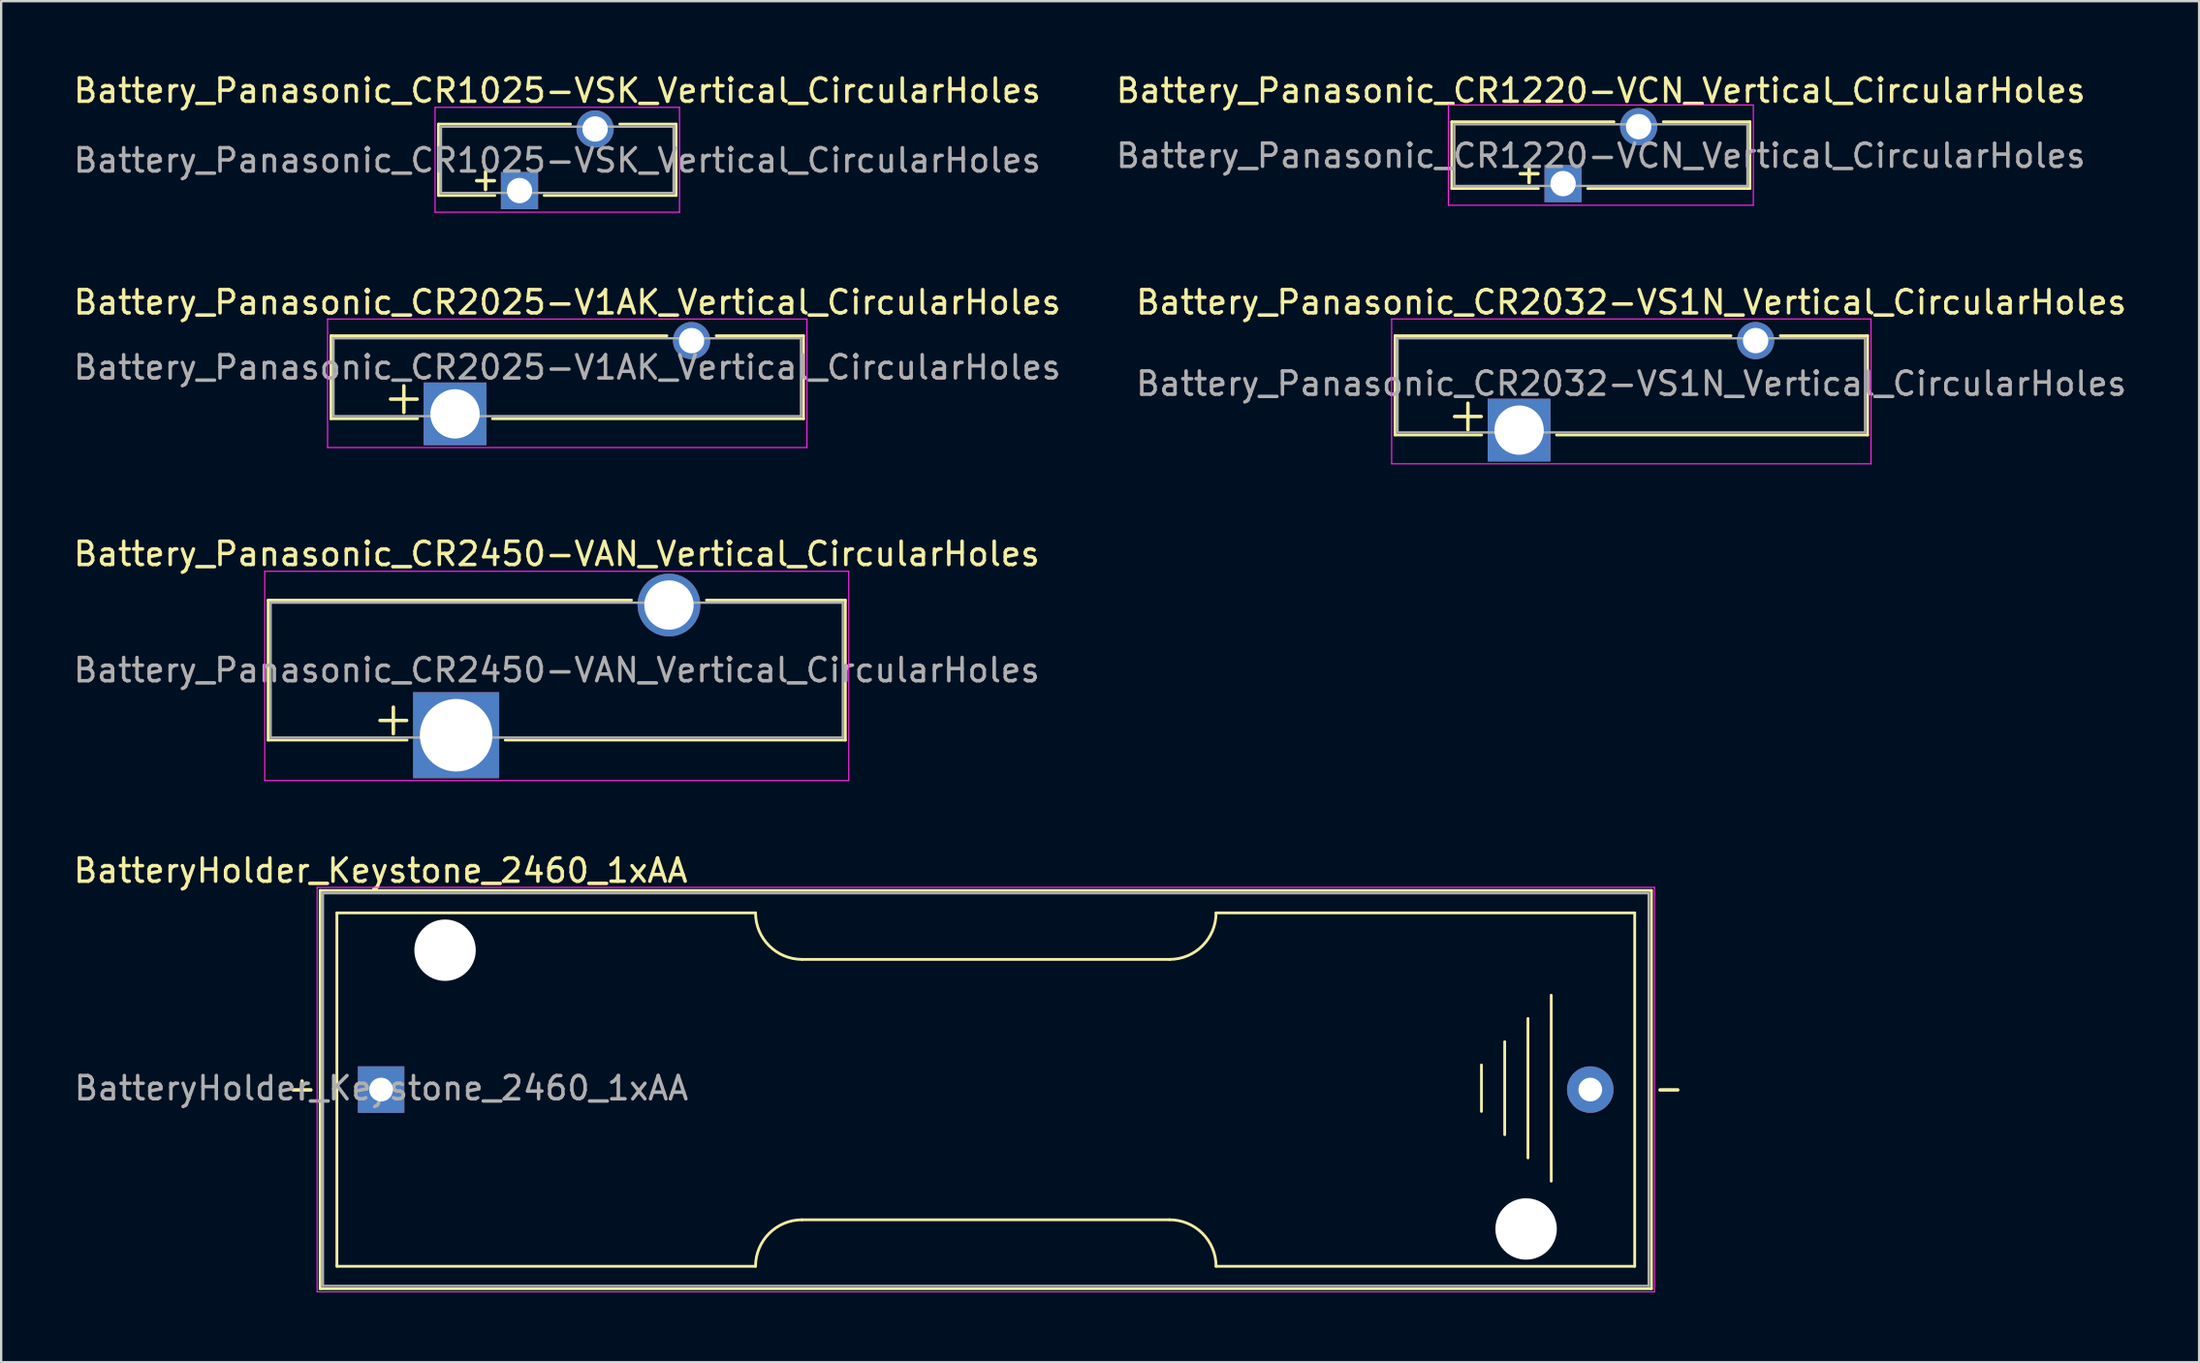
<source format=kicad_pcb>
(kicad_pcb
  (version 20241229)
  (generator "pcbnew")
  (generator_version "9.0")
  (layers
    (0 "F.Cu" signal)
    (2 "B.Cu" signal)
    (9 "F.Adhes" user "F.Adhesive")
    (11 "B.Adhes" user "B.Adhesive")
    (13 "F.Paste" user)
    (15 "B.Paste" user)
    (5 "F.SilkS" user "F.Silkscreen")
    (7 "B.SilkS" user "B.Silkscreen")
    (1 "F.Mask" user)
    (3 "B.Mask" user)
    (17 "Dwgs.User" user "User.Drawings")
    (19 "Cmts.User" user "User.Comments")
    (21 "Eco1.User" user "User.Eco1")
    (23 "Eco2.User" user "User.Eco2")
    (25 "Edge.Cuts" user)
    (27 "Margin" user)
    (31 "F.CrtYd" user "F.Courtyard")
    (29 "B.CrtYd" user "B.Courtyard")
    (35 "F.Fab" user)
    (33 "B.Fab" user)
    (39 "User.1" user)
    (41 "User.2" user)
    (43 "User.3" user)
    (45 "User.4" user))
  (footprint "Battery_Panasonic_CR2025-V1AK_Vertical_CircularHoles"
    (layer "F.Cu")
    (at 16.514 14.752)
    (property "Reference" "Battery_Panasonic_CR2025-V1AK_Vertical_CircularHoles" (at 4.825 -4.8 0) (layer "F.SilkS") (effects (font (size 1 1) (thickness 0.15))))
    (attr through_hole)
    (fp_line (start -5.335 -3.36) (end -5.335 0.21) (stroke (width 0.12) (type solid)) (layer "F.SilkS"))
    (fp_line (start -5.335 -3.36) (end 9.11 -3.36) (stroke (width 0.12) (type solid)) (layer "F.SilkS"))
    (fp_line (start -5.335 0.21) (end -1.61 0.21) (stroke (width 0.12) (type solid)) (layer "F.SilkS"))
    (fp_line (start 1.61 0.21) (end 14.985 0.21) (stroke (width 0.12) (type solid)) (layer "F.SilkS"))
    (fp_line (start 11.23 -3.36) (end 14.985 -3.36) (stroke (width 0.12) (type solid)) (layer "F.SilkS"))
    (fp_line (start 14.985 -3.36) (end 14.985 0.21) (stroke (width 0.12) (type solid)) (layer "F.SilkS"))
    (fp_line (start -5.48 -4.08) (end -5.48 1.45) (stroke (width 0.05) (type solid)) (layer "F.CrtYd"))
    (fp_line (start -5.48 -4.08) (end 15.13 -4.08) (stroke (width 0.05) (type solid)) (layer "F.CrtYd"))
    (fp_line (start -5.48 1.45) (end 15.13 1.45) (stroke (width 0.05) (type solid)) (layer "F.CrtYd"))
    (fp_line (start 15.13 -4.08) (end 15.13 1.45) (stroke (width 0.05) (type solid)) (layer "F.CrtYd"))
    (fp_line (start -5.225 -3.25) (end -5.225 0.1) (stroke (width 0.1) (type solid)) (layer "F.Fab"))
    (fp_line (start -5.225 -3.25) (end 14.875 -3.25) (stroke (width 0.1) (type solid)) (layer "F.Fab"))
    (fp_line (start -5.225 0.1) (end 14.875 0.1) (stroke (width 0.1) (type solid)) (layer "F.Fab"))
    (fp_line (start 14.875 -3.25) (end 14.875 0.1) (stroke (width 0.1) (type solid)) (layer "F.Fab"))
    (fp_text user "+" (at -2.2 -0.75 0) (layer "F.SilkS") (effects (font (size 1.5 1.5) (thickness 0.15))))
    (fp_text user "${REFERENCE}" (at 4.825 -2 180) (layer "F.Fab") (effects (font (size 1 1) (thickness 0.15))))
    (pad "1" thru_hole rect (at 0 0 90) (size 2.7 2.7) (drill 2.12) (layers "*.Cu" "*.Mask"))
    (pad "2" thru_hole circle (at 10.17 -3.15) (size 1.6 1.6) (drill 1.09) (layers "*.Cu" "*.Mask")))
  (footprint "BatteryHolder_Keystone_2460_1xAA"
    (layer "F.Cu")
    (at 13.335 43.818)
    (property "Reference" "BatteryHolder_Keystone_2460_1xAA" (at -0.02 -9.42 180) (layer "F.SilkS") (effects (font (size 1 1) (thickness 0.15))))
    (attr through_hole)
    (fp_line (start -2.62 -8.565) (end 54.62 -8.565) (stroke (width 0.12) (type solid)) (layer "F.SilkS"))
    (fp_line (start -2.62 8.565) (end -2.62 -8.565) (stroke (width 0.12) (type solid)) (layer "F.SilkS"))
    (fp_line (start -1.9 -7.6) (end -1.9 7.6) (stroke (width 0.12) (type solid)) (layer "F.SilkS"))
    (fp_line (start -1.9 -7.6) (end 16.1 -7.6) (stroke (width 0.12) (type solid)) (layer "F.SilkS"))
    (fp_line (start -1.9 7.6) (end 16.1 7.6) (stroke (width 0.12) (type solid)) (layer "F.SilkS"))
    (fp_line (start 18.1 -5.6) (end 33.9 -5.6) (stroke (width 0.12) (type solid)) (layer "F.SilkS"))
    (fp_line (start 33.9 5.6) (end 18.1 5.6) (stroke (width 0.12) (type solid)) (layer "F.SilkS"))
    (fp_line (start 35.9 -7.6) (end 53.9 -7.6) (stroke (width 0.12) (type solid)) (layer "F.SilkS"))
    (fp_line (start 35.9 7.6) (end 53.9 7.6) (stroke (width 0.12) (type solid)) (layer "F.SilkS"))
    (fp_line (start 47.31 -1.06) (end 47.31 0.94) (stroke (width 0.12) (type solid)) (layer "F.SilkS"))
    (fp_line (start 48.31 -2.06) (end 48.31 1.94) (stroke (width 0.12) (type solid)) (layer "F.SilkS"))
    (fp_line (start 49.31 2.94) (end 49.31 -3.06) (stroke (width 0.12) (type solid)) (layer "F.SilkS"))
    (fp_line (start 50.31 -4.06) (end 50.31 3.94) (stroke (width 0.12) (type solid)) (layer "F.SilkS"))
    (fp_line (start 53.9 -7.6) (end 53.9 7.6) (stroke (width 0.12) (type solid)) (layer "F.SilkS"))
    (fp_line (start 54.62 -8.565) (end 54.62 8.565) (stroke (width 0.12) (type solid)) (layer "F.SilkS"))
    (fp_line (start 54.62 8.565) (end -2.62 8.565) (stroke (width 0.12) (type solid)) (layer "F.SilkS"))
    (fp_arc (start 16.1 7.6) (mid 16.685786 6.185786) (end 18.1 5.6) (stroke (width 0.12) (type solid)) (layer "F.SilkS"))
    (fp_arc (start 18.1 -5.6) (mid 16.685786 -6.185786) (end 16.1 -7.6) (stroke (width 0.12) (type solid)) (layer "F.SilkS"))
    (fp_arc (start 33.9 5.6) (mid 35.314214 6.185786) (end 35.9 7.6) (stroke (width 0.12) (type solid)) (layer "F.SilkS"))
    (fp_arc (start 35.9 -7.6) (mid 35.314214 -6.185786) (end 33.9 -5.6) (stroke (width 0.12) (type solid)) (layer "F.SilkS"))
    (fp_line (start -2.75 -8.7) (end 54.75 -8.7) (stroke (width 0.05) (type solid)) (layer "F.CrtYd"))
    (fp_line (start -2.75 8.7) (end -2.75 -8.7) (stroke (width 0.05) (type solid)) (layer "F.CrtYd"))
    (fp_line (start 54.75 -8.7) (end 54.75 8.7) (stroke (width 0.05) (type solid)) (layer "F.CrtYd"))
    (fp_line (start 54.75 8.7) (end -2.75 8.7) (stroke (width 0.05) (type solid)) (layer "F.CrtYd"))
    (fp_line (start -2.5 -8.445) (end -2.5 8.445) (stroke (width 0.1) (type solid)) (layer "F.Fab"))
    (fp_line (start -2.5 8.445) (end 54.5 8.445) (stroke (width 0.1) (type solid)) (layer "F.Fab"))
    (fp_line (start 54.5 -8.445) (end -2.5 -8.445) (stroke (width 0.1) (type solid)) (layer "F.Fab"))
    (fp_line (start 54.5 8.445) (end 54.5 -8.445) (stroke (width 0.1) (type solid)) (layer "F.Fab"))
    (fp_text user "+" (at -3.4 -0.06 0) (layer "F.SilkS") (effects (font (size 1 1) (thickness 0.15))))
    (fp_text user "-" (at 55.37 -0.06 0) (layer "F.SilkS") (effects (font (size 1 1) (thickness 0.15))))
    (fp_text user "${REFERENCE}" (at 0.01 -0.06 0) (layer "F.Fab") (effects (font (size 1 1) (thickness 0.15))))
    (pad "" np_thru_hole circle (at 2.75 -5.995 90) (size 2.64 2.64) (drill 2.64) (layers "*.Cu" "*.Mask"))
    (pad "" np_thru_hole circle (at 49.23 5.995) (size 2.64 2.64) (drill 2.64) (layers "*.Cu" "*.Mask"))
    (pad "1" thru_hole rect (at 0 0 180) (size 2 2) (drill 1.02) (layers "*.Cu" "*.Mask"))
    (pad "2" thru_hole circle (at 51.99 0 180) (size 2 2) (drill 1.02) (layers "*.Cu" "*.Mask")))
  (footprint "Battery_Panasonic_CR2032-VS1N_Vertical_CircularHoles"
    (layer "F.Cu")
    (at 62.264 15.451)
    (property "Reference" "Battery_Panasonic_CR2032-VS1N_Vertical_CircularHoles" (at 4.825 -5.5 0) (layer "F.SilkS") (effects (font (size 1 1) (thickness 0.15))))
    (attr through_hole)
    (fp_line (start -5.335 -4.06) (end -5.335 0.21) (stroke (width 0.12) (type solid)) (layer "F.SilkS"))
    (fp_line (start -5.335 -4.06) (end 9.11 -4.06) (stroke (width 0.12) (type solid)) (layer "F.SilkS"))
    (fp_line (start -5.335 0.21) (end -1.61 0.21) (stroke (width 0.12) (type solid)) (layer "F.SilkS"))
    (fp_line (start 1.61 0.21) (end 14.985 0.21) (stroke (width 0.12) (type solid)) (layer "F.SilkS"))
    (fp_line (start 11.23 -4.06) (end 14.985 -4.06) (stroke (width 0.12) (type solid)) (layer "F.SilkS"))
    (fp_line (start 14.985 -4.06) (end 14.985 0.21) (stroke (width 0.12) (type solid)) (layer "F.SilkS"))
    (fp_line (start -5.48 -4.78) (end -5.48 1.45) (stroke (width 0.05) (type solid)) (layer "F.CrtYd"))
    (fp_line (start -5.48 -4.78) (end 15.13 -4.78) (stroke (width 0.05) (type solid)) (layer "F.CrtYd"))
    (fp_line (start -5.48 1.45) (end 15.13 1.45) (stroke (width 0.05) (type solid)) (layer "F.CrtYd"))
    (fp_line (start 15.13 -4.78) (end 15.13 1.45) (stroke (width 0.05) (type solid)) (layer "F.CrtYd"))
    (fp_line (start -5.225 -3.95) (end -5.225 0.1) (stroke (width 0.1) (type solid)) (layer "F.Fab"))
    (fp_line (start -5.225 -3.95) (end 14.875 -3.95) (stroke (width 0.1) (type solid)) (layer "F.Fab"))
    (fp_line (start -5.225 0.1) (end 14.875 0.1) (stroke (width 0.1) (type solid)) (layer "F.Fab"))
    (fp_line (start 14.875 -3.95) (end 14.875 0.1) (stroke (width 0.1) (type solid)) (layer "F.Fab"))
    (fp_text user "+" (at -2.2 -0.7 0) (layer "F.SilkS") (effects (font (size 1.5 1.5) (thickness 0.15))))
    (fp_text user "${REFERENCE}" (at 4.825 -2 180) (layer "F.Fab") (effects (font (size 1 1) (thickness 0.15))))
    (pad "1" thru_hole rect (at 0 0 90) (size 2.7 2.7) (drill 2.12) (layers "*.Cu" "*.Mask"))
    (pad "2" thru_hole circle (at 10.17 -3.85) (size 1.6 1.6) (drill 1.09) (layers "*.Cu" "*.Mask")))
  (footprint "Battery_Panasonic_CR2450-VAN_Vertical_CircularHoles"
    (layer "F.Cu")
    (at 16.562 28.575)
    (property "Reference" "Battery_Panasonic_CR2450-VAN_Vertical_CircularHoles" (at 4.325 -7.8 0) (layer "F.SilkS") (effects (font (size 1 1) (thickness 0.15))))
    (attr through_hole)
    (fp_line (start -8.085 -5.81) (end -8.085 0.21) (stroke (width 0.12) (type solid)) (layer "F.SilkS"))
    (fp_line (start -8.085 -5.81) (end 7.54 -5.81) (stroke (width 0.12) (type solid)) (layer "F.SilkS"))
    (fp_line (start -8.085 0.21) (end -2.11 0.21) (stroke (width 0.12) (type solid)) (layer "F.SilkS"))
    (fp_line (start 2.11 0.21) (end 16.735 0.21) (stroke (width 0.12) (type solid)) (layer "F.SilkS"))
    (fp_line (start 10.76 -5.81) (end 16.735 -5.81) (stroke (width 0.12) (type solid)) (layer "F.SilkS"))
    (fp_line (start 16.735 -5.81) (end 16.735 0.21) (stroke (width 0.12) (type solid)) (layer "F.SilkS"))
    (fp_line (start -8.23 -7.05) (end -8.23 1.95) (stroke (width 0.05) (type solid)) (layer "F.CrtYd"))
    (fp_line (start -8.23 -7.05) (end 16.88 -7.05) (stroke (width 0.05) (type solid)) (layer "F.CrtYd"))
    (fp_line (start -8.23 1.95) (end 16.88 1.95) (stroke (width 0.05) (type solid)) (layer "F.CrtYd"))
    (fp_line (start 16.88 -7.05) (end 16.88 1.95) (stroke (width 0.05) (type solid)) (layer "F.CrtYd"))
    (fp_line (start -7.975 -5.7) (end -7.975 0.1) (stroke (width 0.1) (type solid)) (layer "F.Fab"))
    (fp_line (start -7.975 -5.7) (end 16.625 -5.7) (stroke (width 0.1) (type solid)) (layer "F.Fab"))
    (fp_line (start -7.975 0.1) (end 16.625 0.1) (stroke (width 0.1) (type solid)) (layer "F.Fab"))
    (fp_line (start 16.625 -5.7) (end 16.625 0.1) (stroke (width 0.1) (type solid)) (layer "F.Fab"))
    (fp_text user "+" (at -2.7 -0.75 0) (layer "F.SilkS") (effects (font (size 1.5 1.5) (thickness 0.15))))
    (fp_text user "${REFERENCE}" (at 4.325 -2.8 180) (layer "F.Fab") (effects (font (size 1 1) (thickness 0.15))))
    (pad "1" thru_hole rect (at 0 0) (size 3.7 3.7) (drill 3.12) (layers "*.Cu" "*.Mask"))
    (pad "2" thru_hole circle (at 9.15 -5.6) (size 2.7 2.7) (drill 2.12) (layers "*.Cu" "*.Mask")))
  (footprint "Battery_Panasonic_CR1220-VCN_Vertical_CircularHoles"
    (layer "F.Cu")
    (at 64.155 4.848)
    (property "Reference" "Battery_Panasonic_CR1220-VCN_Vertical_CircularHoles" (at 1.625 -4 0) (layer "F.SilkS") (effects (font (size 1 1) (thickness 0.15))))
    (attr through_hole)
    (fp_line (start -4.785 -2.66) (end 2.19 -2.66) (stroke (width 0.12) (type solid)) (layer "F.SilkS"))
    (fp_line (start -4.785 0.21) (end -4.785 -2.66) (stroke (width 0.12) (type solid)) (layer "F.SilkS"))
    (fp_line (start -4.78 0.21) (end -1.06 0.21) (stroke (width 0.12) (type solid)) (layer "F.SilkS"))
    (fp_line (start 1.06 0.21) (end 8.035 0.21) (stroke (width 0.12) (type solid)) (layer "F.SilkS"))
    (fp_line (start 4.31 -2.66) (end 8.035 -2.66) (stroke (width 0.12) (type solid)) (layer "F.SilkS"))
    (fp_line (start 8.035 0.21) (end 8.035 -2.66) (stroke (width 0.12) (type solid)) (layer "F.SilkS"))
    (fp_line (start -4.93 -3.38) (end 8.18 -3.38) (stroke (width 0.05) (type solid)) (layer "F.CrtYd"))
    (fp_line (start -4.93 0.93) (end -4.93 -3.38) (stroke (width 0.05) (type solid)) (layer "F.CrtYd"))
    (fp_line (start -4.93 0.93) (end 8.18 0.93) (stroke (width 0.05) (type solid)) (layer "F.CrtYd"))
    (fp_line (start 8.18 0.93) (end 8.18 -3.38) (stroke (width 0.05) (type solid)) (layer "F.CrtYd"))
    (fp_line (start -4.675 -2.55) (end 7.925 -2.55) (stroke (width 0.1) (type solid)) (layer "F.Fab"))
    (fp_line (start -4.675 0.1) (end -4.675 -2.55) (stroke (width 0.1) (type solid)) (layer "F.Fab"))
    (fp_line (start -4.675 0.1) (end 7.925 0.1) (stroke (width 0.1) (type solid)) (layer "F.Fab"))
    (fp_line (start 7.925 0.1) (end 7.925 -2.55) (stroke (width 0.1) (type solid)) (layer "F.Fab"))
    (fp_text user "+" (at -1.46 -0.5 0) (layer "F.SilkS") (effects (font (size 1 1) (thickness 0.15))))
    (fp_text user "${REFERENCE}" (at 1.625 -1.2 180) (layer "F.Fab") (effects (font (size 1 1) (thickness 0.15))))
    (pad "1" thru_hole rect (at 0 0 90) (size 1.6 1.6) (drill 1.09) (layers "*.Cu" "*.Mask"))
    (pad "2" thru_hole circle (at 3.25 -2.45) (size 1.6 1.6) (drill 1.09) (layers "*.Cu" "*.Mask")))
  (footprint "Battery_Panasonic_CR1025-VSK_Vertical_CircularHoles"
    (layer "F.Cu")
    (at 19.286 5.148)
    (property "Reference" "Battery_Panasonic_CR1025-VSK_Vertical_CircularHoles" (at 1.625 -4.3 0) (layer "F.SilkS") (effects (font (size 1 1) (thickness 0.15))))
    (attr through_hole)
    (fp_line (start -3.485 -2.86) (end 2.19 -2.86) (stroke (width 0.12) (type solid)) (layer "F.SilkS"))
    (fp_line (start -3.485 0.21) (end -3.485 -2.86) (stroke (width 0.12) (type solid)) (layer "F.SilkS"))
    (fp_line (start -3.485 0.21) (end -1.06 0.21) (stroke (width 0.12) (type solid)) (layer "F.SilkS"))
    (fp_line (start 1.06 0.21) (end 6.735 0.21) (stroke (width 0.12) (type solid)) (layer "F.SilkS"))
    (fp_line (start 4.31 -2.86) (end 6.735 -2.86) (stroke (width 0.12) (type solid)) (layer "F.SilkS"))
    (fp_line (start 6.735 0.21) (end 6.735 -2.86) (stroke (width 0.12) (type solid)) (layer "F.SilkS"))
    (fp_line (start -3.63 -3.58) (end -3.63 0.93) (stroke (width 0.05) (type solid)) (layer "F.CrtYd"))
    (fp_line (start -3.63 -3.58) (end 6.88 -3.58) (stroke (width 0.05) (type solid)) (layer "F.CrtYd"))
    (fp_line (start -3.63 0.93) (end 6.88 0.93) (stroke (width 0.05) (type solid)) (layer "F.CrtYd"))
    (fp_line (start 6.88 -3.58) (end 6.88 0.93) (stroke (width 0.05) (type solid)) (layer "F.CrtYd"))
    (fp_line (start -3.375 -2.75) (end -3.375 0.1) (stroke (width 0.1) (type solid)) (layer "F.Fab"))
    (fp_line (start -3.375 -2.75) (end 6.625 -2.75) (stroke (width 0.1) (type solid)) (layer "F.Fab"))
    (fp_line (start -3.375 0.1) (end 6.625 0.1) (stroke (width 0.1) (type solid)) (layer "F.Fab"))
    (fp_line (start 6.625 -2.75) (end 6.625 0.1) (stroke (width 0.1) (type solid)) (layer "F.Fab"))
    (fp_text user "+" (at -1.46 -0.5 0) (layer "F.SilkS") (effects (font (size 1 1) (thickness 0.15))))
    (fp_text user "${REFERENCE}" (at 1.625 -1.3 180) (layer "F.Fab") (effects (font (size 1 1) (thickness 0.15))))
    (pad "1" thru_hole rect (at 0 0) (size 1.6 1.6) (drill 1.09) (layers "*.Cu" "*.Mask"))
    (pad "2" thru_hole circle (at 3.25 -2.65) (size 1.6 1.6) (drill 1.09) (layers "*.Cu" "*.Mask")))
  (gr_rect
    (start -3 -3)
    (end 91.5 55.543)
    (stroke (width 0.1) (type default))
    (fill no)
    (layer "Edge.Cuts")))
</source>
